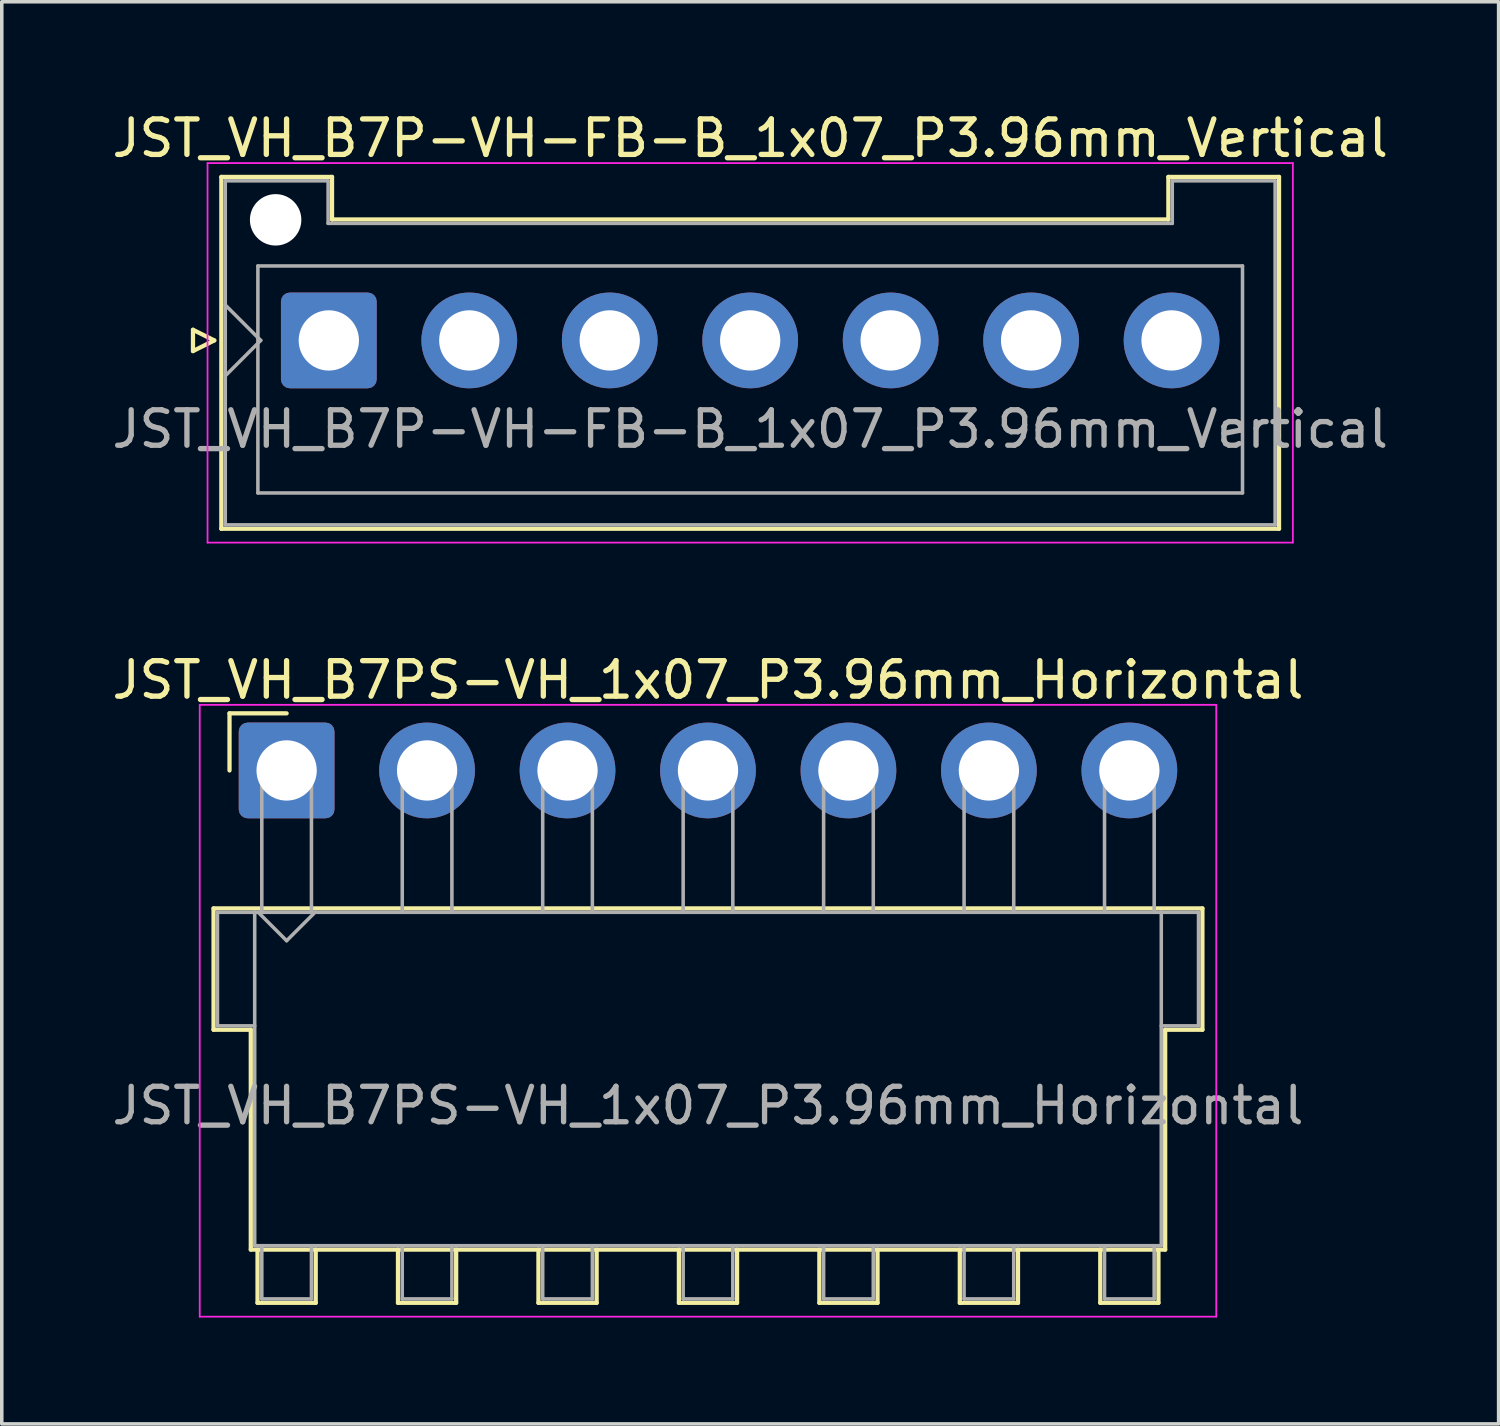
<source format=kicad_pcb>
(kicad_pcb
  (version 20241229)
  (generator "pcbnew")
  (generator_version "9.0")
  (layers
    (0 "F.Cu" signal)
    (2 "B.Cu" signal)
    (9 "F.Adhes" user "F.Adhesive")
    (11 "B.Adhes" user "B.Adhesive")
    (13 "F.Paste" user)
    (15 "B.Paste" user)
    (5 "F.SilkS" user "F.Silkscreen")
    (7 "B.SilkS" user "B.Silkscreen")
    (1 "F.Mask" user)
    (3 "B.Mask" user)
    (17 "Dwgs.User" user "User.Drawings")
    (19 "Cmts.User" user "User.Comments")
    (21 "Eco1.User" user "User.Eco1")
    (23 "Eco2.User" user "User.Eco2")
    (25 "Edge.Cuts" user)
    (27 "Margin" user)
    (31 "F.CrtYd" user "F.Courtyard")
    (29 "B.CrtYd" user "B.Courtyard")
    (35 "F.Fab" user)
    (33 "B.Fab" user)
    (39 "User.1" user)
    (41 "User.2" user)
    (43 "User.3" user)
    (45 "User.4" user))
  (footprint "JST_VH_B7PS-VH_1x07_P3.96mm_Horizontal"
    (layer "F.Cu")
    (at 5.031 18.672)
    (property "Reference" "JST_VH_B7PS-VH_1x07_P3.96mm_Horizontal" (at 11.88 -2.55 0) (layer "F.SilkS") (effects (font (size 1 1) (thickness 0.15))))
    (attr through_hole)
    (fp_line (start -2.06 3.89) (end 25.82 3.89) (stroke (width 0.12) (type solid)) (layer "F.SilkS"))
    (fp_line (start -2.06 7.31) (end -2.06 3.89) (stroke (width 0.12) (type solid)) (layer "F.SilkS"))
    (fp_line (start -1.61 -1.61) (end -1.61 0) (stroke (width 0.12) (type solid)) (layer "F.SilkS"))
    (fp_line (start -1.01 7.31) (end -2.06 7.31) (stroke (width 0.12) (type solid)) (layer "F.SilkS"))
    (fp_line (start -1.01 13.51) (end -1.01 7.31) (stroke (width 0.12) (type solid)) (layer "F.SilkS"))
    (fp_line (start -0.82 13.51) (end -0.82 15.01) (stroke (width 0.12) (type solid)) (layer "F.SilkS"))
    (fp_line (start -0.82 15.01) (end 0.82 15.01) (stroke (width 0.12) (type solid)) (layer "F.SilkS"))
    (fp_line (start 0 -1.61) (end -1.61 -1.61) (stroke (width 0.12) (type solid)) (layer "F.SilkS"))
    (fp_line (start 0.82 15.01) (end 0.82 13.51) (stroke (width 0.12) (type solid)) (layer "F.SilkS"))
    (fp_line (start 3.14 13.51) (end 3.14 15.01) (stroke (width 0.12) (type solid)) (layer "F.SilkS"))
    (fp_line (start 3.14 15.01) (end 4.78 15.01) (stroke (width 0.12) (type solid)) (layer "F.SilkS"))
    (fp_line (start 4.78 15.01) (end 4.78 13.51) (stroke (width 0.12) (type solid)) (layer "F.SilkS"))
    (fp_line (start 7.1 13.51) (end 7.1 15.01) (stroke (width 0.12) (type solid)) (layer "F.SilkS"))
    (fp_line (start 7.1 15.01) (end 8.74 15.01) (stroke (width 0.12) (type solid)) (layer "F.SilkS"))
    (fp_line (start 8.74 15.01) (end 8.74 13.51) (stroke (width 0.12) (type solid)) (layer "F.SilkS"))
    (fp_line (start 11.06 13.51) (end 11.06 15.01) (stroke (width 0.12) (type solid)) (layer "F.SilkS"))
    (fp_line (start 11.06 15.01) (end 12.7 15.01) (stroke (width 0.12) (type solid)) (layer "F.SilkS"))
    (fp_line (start 12.7 15.01) (end 12.7 13.51) (stroke (width 0.12) (type solid)) (layer "F.SilkS"))
    (fp_line (start 15.02 13.51) (end 15.02 15.01) (stroke (width 0.12) (type solid)) (layer "F.SilkS"))
    (fp_line (start 15.02 15.01) (end 16.66 15.01) (stroke (width 0.12) (type solid)) (layer "F.SilkS"))
    (fp_line (start 16.66 15.01) (end 16.66 13.51) (stroke (width 0.12) (type solid)) (layer "F.SilkS"))
    (fp_line (start 18.98 13.51) (end 18.98 15.01) (stroke (width 0.12) (type solid)) (layer "F.SilkS"))
    (fp_line (start 18.98 15.01) (end 20.62 15.01) (stroke (width 0.12) (type solid)) (layer "F.SilkS"))
    (fp_line (start 20.62 15.01) (end 20.62 13.51) (stroke (width 0.12) (type solid)) (layer "F.SilkS"))
    (fp_line (start 22.94 13.51) (end 22.94 15.01) (stroke (width 0.12) (type solid)) (layer "F.SilkS"))
    (fp_line (start 22.94 15.01) (end 24.58 15.01) (stroke (width 0.12) (type solid)) (layer "F.SilkS"))
    (fp_line (start 24.58 15.01) (end 24.58 13.51) (stroke (width 0.12) (type solid)) (layer "F.SilkS"))
    (fp_line (start 24.77 7.31) (end 24.77 13.51) (stroke (width 0.12) (type solid)) (layer "F.SilkS"))
    (fp_line (start 24.77 13.51) (end -1.01 13.51) (stroke (width 0.12) (type solid)) (layer "F.SilkS"))
    (fp_line (start 25.82 3.89) (end 25.82 7.31) (stroke (width 0.12) (type solid)) (layer "F.SilkS"))
    (fp_line (start 25.82 7.31) (end 24.77 7.31) (stroke (width 0.12) (type solid)) (layer "F.SilkS"))
    (fp_line (start -2.45 -1.85) (end -2.45 15.4) (stroke (width 0.05) (type solid)) (layer "F.CrtYd"))
    (fp_line (start -2.45 15.4) (end 26.21 15.4) (stroke (width 0.05) (type solid)) (layer "F.CrtYd"))
    (fp_line (start 26.21 -1.85) (end -2.45 -1.85) (stroke (width 0.05) (type solid)) (layer "F.CrtYd"))
    (fp_line (start 26.21 15.4) (end 26.21 -1.85) (stroke (width 0.05) (type solid)) (layer "F.CrtYd"))
    (fp_line (start -1.95 4) (end -0.9 4) (stroke (width 0.1) (type solid)) (layer "F.Fab"))
    (fp_line (start -1.95 7.2) (end -1.95 4) (stroke (width 0.1) (type solid)) (layer "F.Fab"))
    (fp_line (start -0.9 4) (end -0.9 13.4) (stroke (width 0.1) (type solid)) (layer "F.Fab"))
    (fp_line (start -0.9 7.2) (end -1.95 7.2) (stroke (width 0.1) (type solid)) (layer "F.Fab"))
    (fp_line (start -0.9 13.4) (end 24.66 13.4) (stroke (width 0.1) (type solid)) (layer "F.Fab"))
    (fp_line (start -0.8 4) (end 0 4.8) (stroke (width 0.1) (type solid)) (layer "F.Fab"))
    (fp_line (start -0.7 0) (end 0.7 0) (stroke (width 0.1) (type solid)) (layer "F.Fab"))
    (fp_line (start -0.7 4) (end -0.7 0) (stroke (width 0.1) (type solid)) (layer "F.Fab"))
    (fp_line (start -0.7 13.4) (end -0.7 14.9) (stroke (width 0.1) (type solid)) (layer "F.Fab"))
    (fp_line (start -0.7 14.9) (end 0.7 14.9) (stroke (width 0.1) (type solid)) (layer "F.Fab"))
    (fp_line (start 0 4.8) (end 0.8 4) (stroke (width 0.1) (type solid)) (layer "F.Fab"))
    (fp_line (start 0.7 0) (end 0.7 4) (stroke (width 0.1) (type solid)) (layer "F.Fab"))
    (fp_line (start 0.7 14.9) (end 0.7 13.4) (stroke (width 0.1) (type solid)) (layer "F.Fab"))
    (fp_line (start 3.26 0) (end 4.66 0) (stroke (width 0.1) (type solid)) (layer "F.Fab"))
    (fp_line (start 3.26 4) (end 3.26 0) (stroke (width 0.1) (type solid)) (layer "F.Fab"))
    (fp_line (start 3.26 13.4) (end 3.26 14.9) (stroke (width 0.1) (type solid)) (layer "F.Fab"))
    (fp_line (start 3.26 14.9) (end 4.66 14.9) (stroke (width 0.1) (type solid)) (layer "F.Fab"))
    (fp_line (start 4.66 0) (end 4.66 4) (stroke (width 0.1) (type solid)) (layer "F.Fab"))
    (fp_line (start 4.66 14.9) (end 4.66 13.4) (stroke (width 0.1) (type solid)) (layer "F.Fab"))
    (fp_line (start 7.22 0) (end 8.62 0) (stroke (width 0.1) (type solid)) (layer "F.Fab"))
    (fp_line (start 7.22 4) (end 7.22 0) (stroke (width 0.1) (type solid)) (layer "F.Fab"))
    (fp_line (start 7.22 13.4) (end 7.22 14.9) (stroke (width 0.1) (type solid)) (layer "F.Fab"))
    (fp_line (start 7.22 14.9) (end 8.62 14.9) (stroke (width 0.1) (type solid)) (layer "F.Fab"))
    (fp_line (start 8.62 0) (end 8.62 4) (stroke (width 0.1) (type solid)) (layer "F.Fab"))
    (fp_line (start 8.62 14.9) (end 8.62 13.4) (stroke (width 0.1) (type solid)) (layer "F.Fab"))
    (fp_line (start 11.18 0) (end 12.58 0) (stroke (width 0.1) (type solid)) (layer "F.Fab"))
    (fp_line (start 11.18 4) (end 11.18 0) (stroke (width 0.1) (type solid)) (layer "F.Fab"))
    (fp_line (start 11.18 13.4) (end 11.18 14.9) (stroke (width 0.1) (type solid)) (layer "F.Fab"))
    (fp_line (start 11.18 14.9) (end 12.58 14.9) (stroke (width 0.1) (type solid)) (layer "F.Fab"))
    (fp_line (start 12.58 0) (end 12.58 4) (stroke (width 0.1) (type solid)) (layer "F.Fab"))
    (fp_line (start 12.58 14.9) (end 12.58 13.4) (stroke (width 0.1) (type solid)) (layer "F.Fab"))
    (fp_line (start 15.14 0) (end 16.54 0) (stroke (width 0.1) (type solid)) (layer "F.Fab"))
    (fp_line (start 15.14 4) (end 15.14 0) (stroke (width 0.1) (type solid)) (layer "F.Fab"))
    (fp_line (start 15.14 13.4) (end 15.14 14.9) (stroke (width 0.1) (type solid)) (layer "F.Fab"))
    (fp_line (start 15.14 14.9) (end 16.54 14.9) (stroke (width 0.1) (type solid)) (layer "F.Fab"))
    (fp_line (start 16.54 0) (end 16.54 4) (stroke (width 0.1) (type solid)) (layer "F.Fab"))
    (fp_line (start 16.54 14.9) (end 16.54 13.4) (stroke (width 0.1) (type solid)) (layer "F.Fab"))
    (fp_line (start 19.1 0) (end 20.5 0) (stroke (width 0.1) (type solid)) (layer "F.Fab"))
    (fp_line (start 19.1 4) (end 19.1 0) (stroke (width 0.1) (type solid)) (layer "F.Fab"))
    (fp_line (start 19.1 13.4) (end 19.1 14.9) (stroke (width 0.1) (type solid)) (layer "F.Fab"))
    (fp_line (start 19.1 14.9) (end 20.5 14.9) (stroke (width 0.1) (type solid)) (layer "F.Fab"))
    (fp_line (start 20.5 0) (end 20.5 4) (stroke (width 0.1) (type solid)) (layer "F.Fab"))
    (fp_line (start 20.5 14.9) (end 20.5 13.4) (stroke (width 0.1) (type solid)) (layer "F.Fab"))
    (fp_line (start 23.06 0) (end 24.46 0) (stroke (width 0.1) (type solid)) (layer "F.Fab"))
    (fp_line (start 23.06 4) (end 23.06 0) (stroke (width 0.1) (type solid)) (layer "F.Fab"))
    (fp_line (start 23.06 13.4) (end 23.06 14.9) (stroke (width 0.1) (type solid)) (layer "F.Fab"))
    (fp_line (start 23.06 14.9) (end 24.46 14.9) (stroke (width 0.1) (type solid)) (layer "F.Fab"))
    (fp_line (start 24.46 0) (end 24.46 4) (stroke (width 0.1) (type solid)) (layer "F.Fab"))
    (fp_line (start 24.46 14.9) (end 24.46 13.4) (stroke (width 0.1) (type solid)) (layer "F.Fab"))
    (fp_line (start 24.66 4) (end -0.9 4) (stroke (width 0.1) (type solid)) (layer "F.Fab"))
    (fp_line (start 24.66 4) (end 25.71 4) (stroke (width 0.1) (type solid)) (layer "F.Fab"))
    (fp_line (start 24.66 13.4) (end 24.66 4) (stroke (width 0.1) (type solid)) (layer "F.Fab"))
    (fp_line (start 25.71 4) (end 25.71 7.2) (stroke (width 0.1) (type solid)) (layer "F.Fab"))
    (fp_line (start 25.71 7.2) (end 24.66 7.2) (stroke (width 0.1) (type solid)) (layer "F.Fab"))
    (fp_text user "${REFERENCE}" (at 11.88 9.45 0) (layer "F.Fab") (effects (font (size 1 1) (thickness 0.15))))
    (pad "1" thru_hole roundrect (at 0 0) (size 2.7 2.7) (drill 1.7) (layers "*.Cu" "*.Mask") (roundrect_rratio 0.093))
    (pad "2" thru_hole circle (at 3.96 0) (size 2.7 2.7) (drill 1.7) (layers "*.Cu" "*.Mask"))
    (pad "3" thru_hole circle (at 7.92 0) (size 2.7 2.7) (drill 1.7) (layers "*.Cu" "*.Mask"))
    (pad "4" thru_hole circle (at 11.88 0) (size 2.7 2.7) (drill 1.7) (layers "*.Cu" "*.Mask"))
    (pad "5" thru_hole circle (at 15.84 0) (size 2.7 2.7) (drill 1.7) (layers "*.Cu" "*.Mask"))
    (pad "6" thru_hole circle (at 19.8 0) (size 2.7 2.7) (drill 1.7) (layers "*.Cu" "*.Mask"))
    (pad "7" thru_hole circle (at 23.76 0) (size 2.7 2.7) (drill 1.7) (layers "*.Cu" "*.Mask")))
  (footprint "JST_VH_B7P-VH-FB-B_1x07_P3.96mm_Vertical"
    (layer "F.Cu")
    (at 6.221 6.548)
    (property "Reference" "JST_VH_B7P-VH-FB-B_1x07_P3.96mm_Vertical" (at 11.88 -5.7 0) (layer "F.SilkS") (effects (font (size 1 1) (thickness 0.15))))
    (attr through_hole)
    (fp_line (start -3.83 -0.3) (end -3.23 0) (stroke (width 0.12) (type solid)) (layer "F.SilkS"))
    (fp_line (start -3.83 0.3) (end -3.83 -0.3) (stroke (width 0.12) (type solid)) (layer "F.SilkS"))
    (fp_line (start -3.23 0) (end -3.83 0.3) (stroke (width 0.12) (type solid)) (layer "F.SilkS"))
    (fp_line (start -3.03 -4.61) (end 0.09 -4.61) (stroke (width 0.12) (type solid)) (layer "F.SilkS"))
    (fp_line (start -3.03 5.31) (end -3.03 -4.61) (stroke (width 0.12) (type solid)) (layer "F.SilkS"))
    (fp_line (start 0.09 -4.61) (end 0.09 -3.41) (stroke (width 0.12) (type solid)) (layer "F.SilkS"))
    (fp_line (start 0.09 -3.41) (end 23.67 -3.41) (stroke (width 0.12) (type solid)) (layer "F.SilkS"))
    (fp_line (start 23.67 -4.61) (end 26.79 -4.61) (stroke (width 0.12) (type solid)) (layer "F.SilkS"))
    (fp_line (start 23.67 -3.41) (end 23.67 -4.61) (stroke (width 0.12) (type solid)) (layer "F.SilkS"))
    (fp_line (start 26.79 -4.61) (end 26.79 5.31) (stroke (width 0.12) (type solid)) (layer "F.SilkS"))
    (fp_line (start 26.79 5.31) (end -3.03 5.31) (stroke (width 0.12) (type solid)) (layer "F.SilkS"))
    (fp_line (start -3.42 -5) (end -3.42 5.7) (stroke (width 0.05) (type solid)) (layer "F.CrtYd"))
    (fp_line (start -3.42 5.7) (end 27.18 5.7) (stroke (width 0.05) (type solid)) (layer "F.CrtYd"))
    (fp_line (start 27.18 -5) (end -3.42 -5) (stroke (width 0.05) (type solid)) (layer "F.CrtYd"))
    (fp_line (start 27.18 5.7) (end 27.18 -5) (stroke (width 0.05) (type solid)) (layer "F.CrtYd"))
    (fp_line (start -2.92 -4.5) (end -0.02 -4.5) (stroke (width 0.1) (type solid)) (layer "F.Fab"))
    (fp_line (start -2.92 -1) (end -1.92 0) (stroke (width 0.1) (type solid)) (layer "F.Fab"))
    (fp_line (start -2.92 1) (end -1.92 0) (stroke (width 0.1) (type solid)) (layer "F.Fab"))
    (fp_line (start -2.92 5.2) (end -2.92 -4.5) (stroke (width 0.1) (type solid)) (layer "F.Fab"))
    (fp_line (start -2 -2.1) (end 25.76 -2.1) (stroke (width 0.1) (type solid)) (layer "F.Fab"))
    (fp_line (start -2 4.3) (end -2 -2.1) (stroke (width 0.1) (type solid)) (layer "F.Fab"))
    (fp_line (start -0.02 -4.5) (end -0.02 -3.3) (stroke (width 0.1) (type solid)) (layer "F.Fab"))
    (fp_line (start -0.02 -3.3) (end 23.78 -3.3) (stroke (width 0.1) (type solid)) (layer "F.Fab"))
    (fp_line (start 23.78 -4.5) (end 26.68 -4.5) (stroke (width 0.1) (type solid)) (layer "F.Fab"))
    (fp_line (start 23.78 -3.3) (end 23.78 -4.5) (stroke (width 0.1) (type solid)) (layer "F.Fab"))
    (fp_line (start 25.76 -2.1) (end 25.76 4.3) (stroke (width 0.1) (type solid)) (layer "F.Fab"))
    (fp_line (start 25.76 4.3) (end -2 4.3) (stroke (width 0.1) (type solid)) (layer "F.Fab"))
    (fp_line (start 26.68 -4.5) (end 26.68 5.2) (stroke (width 0.1) (type solid)) (layer "F.Fab"))
    (fp_line (start 26.68 5.2) (end -2.92 5.2) (stroke (width 0.1) (type solid)) (layer "F.Fab"))
    (fp_text user "${REFERENCE}" (at 11.88 2.5 0) (layer "F.Fab") (effects (font (size 1 1) (thickness 0.15))))
    (pad "" np_thru_hole circle (at -1.5 -3.4) (size 1.45 1.45) (drill 1.45) (layers "*.Cu" "*.Mask"))
    (pad "1" thru_hole roundrect (at 0 0) (size 2.7 2.7) (drill 1.7) (layers "*.Cu" "*.Mask") (roundrect_rratio 0.093))
    (pad "2" thru_hole circle (at 3.96 0) (size 2.7 2.7) (drill 1.7) (layers "*.Cu" "*.Mask"))
    (pad "3" thru_hole circle (at 7.92 0) (size 2.7 2.7) (drill 1.7) (layers "*.Cu" "*.Mask"))
    (pad "4" thru_hole circle (at 11.88 0) (size 2.7 2.7) (drill 1.7) (layers "*.Cu" "*.Mask"))
    (pad "5" thru_hole circle (at 15.84 0) (size 2.7 2.7) (drill 1.7) (layers "*.Cu" "*.Mask"))
    (pad "6" thru_hole circle (at 19.8 0) (size 2.7 2.7) (drill 1.7) (layers "*.Cu" "*.Mask"))
    (pad "7" thru_hole circle (at 23.76 0) (size 2.7 2.7) (drill 1.7) (layers "*.Cu" "*.Mask")))
  (gr_rect
    (start -3 -3)
    (end 39.202 37.096)
    (stroke (width 0.1) (type default))
    (fill no)
    (layer "Edge.Cuts")))
</source>
